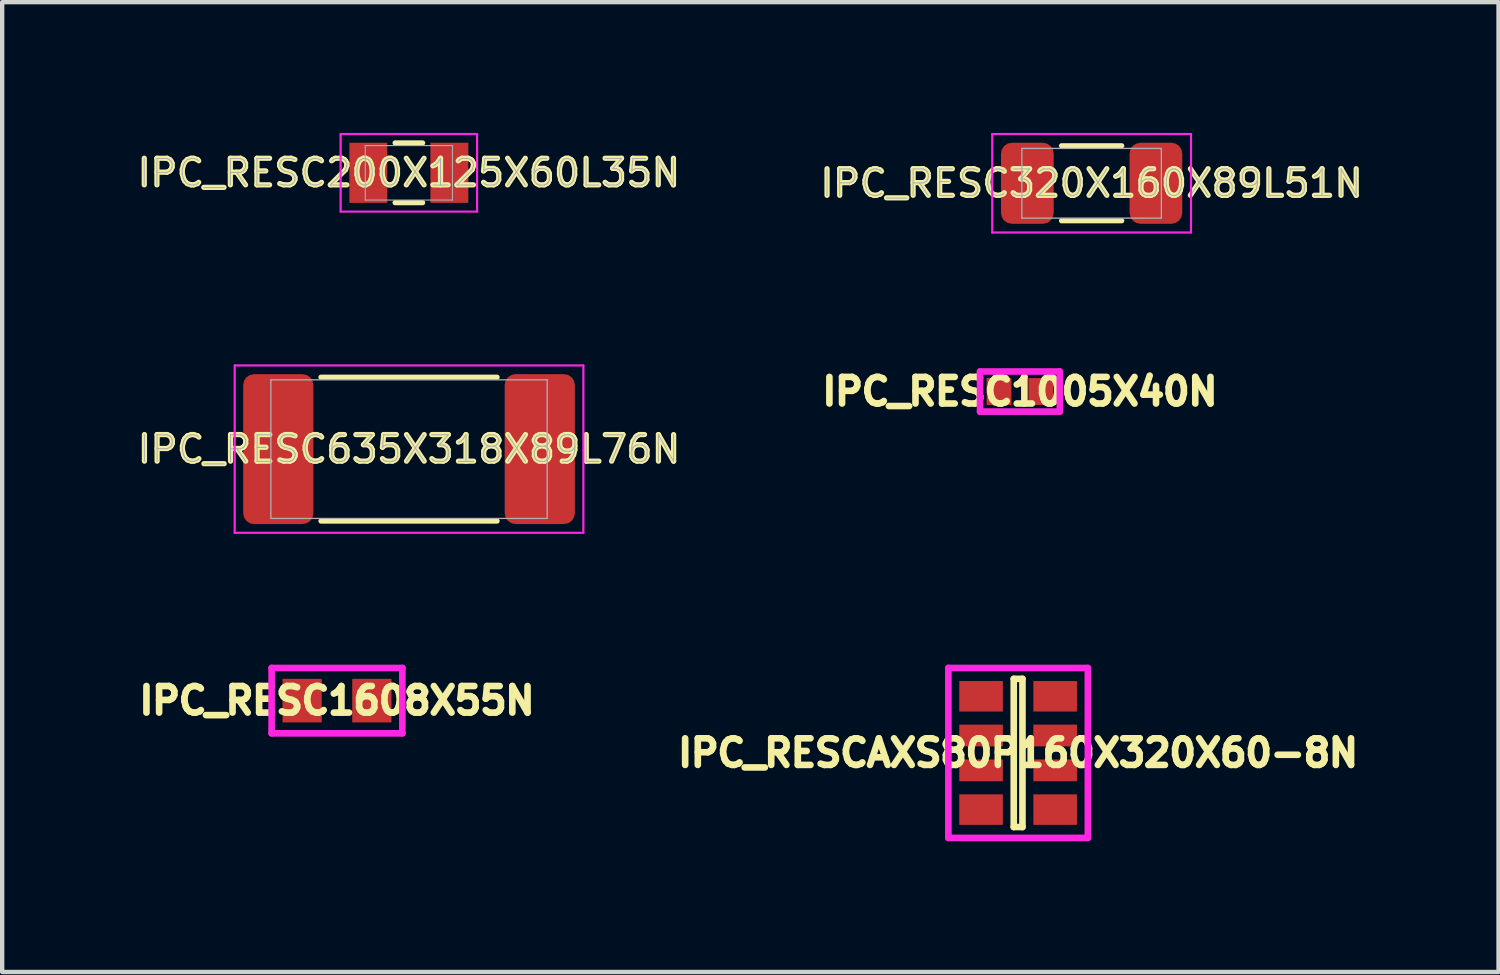
<source format=kicad_pcb>
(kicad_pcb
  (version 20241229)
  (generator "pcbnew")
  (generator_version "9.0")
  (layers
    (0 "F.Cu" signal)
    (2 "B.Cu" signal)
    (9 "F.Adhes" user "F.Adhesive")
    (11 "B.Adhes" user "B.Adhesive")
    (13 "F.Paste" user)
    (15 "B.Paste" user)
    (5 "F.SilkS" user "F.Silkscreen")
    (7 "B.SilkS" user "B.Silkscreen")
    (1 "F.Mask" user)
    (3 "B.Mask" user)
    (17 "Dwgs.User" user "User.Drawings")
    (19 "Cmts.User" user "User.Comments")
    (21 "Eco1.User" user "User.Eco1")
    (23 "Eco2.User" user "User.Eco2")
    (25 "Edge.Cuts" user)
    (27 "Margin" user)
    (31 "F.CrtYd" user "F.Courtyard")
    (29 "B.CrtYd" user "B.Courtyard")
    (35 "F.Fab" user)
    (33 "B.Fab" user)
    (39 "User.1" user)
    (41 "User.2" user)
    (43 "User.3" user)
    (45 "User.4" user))
  (footprint "IPC_RESC1608X55N"
    (layer "F.Cu")
    (at 4.682 13.026)
    (property "Reference" "IPC_RESC1608X55N" (at 0 0 0) (layer "F.SilkS") (effects (font (size 0.61 0.61) (thickness 0.152))))
    (attr through_hole)
    (fp_line (start -1.5 -0.75) (end 1.5 -0.75) (stroke (width 0.152) (type solid)) (layer "F.CrtYd"))
    (fp_line (start -1.5 0.75) (end -1.5 -0.75) (stroke (width 0.152) (type solid)) (layer "F.CrtYd"))
    (fp_line (start 1.5 -0.75) (end 1.5 0.75) (stroke (width 0.152) (type solid)) (layer "F.CrtYd"))
    (fp_line (start 1.5 0.75) (end -1.5 0.75) (stroke (width 0.152) (type solid)) (layer "F.CrtYd"))
    (pad "1" smd rect (at -0.8 0) (size 0.9 1) (layers "F.Cu" "F.Mask" "F.Paste"))
    (pad "2" smd rect (at 0.8 0) (size 0.9 1) (layers "F.Cu" "F.Mask" "F.Paste")))
  (footprint "IPC_RESC1005X40N"
    (layer "F.Cu")
    (at 20.352 5.934)
    (property "Reference" "IPC_RESC1005X40N" (at 0 0 0) (layer "F.SilkS") (effects (font (size 0.61 0.61) (thickness 0.152))))
    (attr through_hole)
    (fp_line (start -0.915 -0.46) (end 0.915 -0.46) (stroke (width 0.152) (type solid)) (layer "F.CrtYd"))
    (fp_line (start -0.915 0.46) (end -0.915 -0.46) (stroke (width 0.152) (type solid)) (layer "F.CrtYd"))
    (fp_line (start 0.915 -0.46) (end 0.915 0.46) (stroke (width 0.152) (type solid)) (layer "F.CrtYd"))
    (fp_line (start 0.915 0.46) (end -0.915 0.46) (stroke (width 0.152) (type solid)) (layer "F.CrtYd"))
    (pad "1" smd rect (at -0.48 0) (size 0.57 0.62) (layers "F.Cu" "F.Mask" "F.Paste"))
    (pad "2" smd rect (at 0.48 0) (size 0.57 0.62) (layers "F.Cu" "F.Mask" "F.Paste")))
  (footprint "IPC_RESC200X125X60L35N"
    (layer "F.Cu")
    (at 6.331 0.915)
    (property "Reference" "IPC_RESC200X125X60L35N" (at 0 0 0) (layer "F.SilkS") (effects (font (size 0.61 0.61) (thickness 0.12))))
    (attr smd)
    (fp_line (start -0.315 0.685) (end 0.315 0.685) (stroke (width 0.12) (type solid)) (layer "F.SilkS"))
    (fp_line (start 0.315 -0.685) (end -0.315 -0.685) (stroke (width 0.12) (type solid)) (layer "F.SilkS"))
    (fp_line (start -1.565 -0.89) (end 1.565 -0.89) (stroke (width 0.05) (type solid)) (layer "F.CrtYd"))
    (fp_line (start -1.565 0.89) (end -1.565 -0.89) (stroke (width 0.05) (type solid)) (layer "F.CrtYd"))
    (fp_line (start 1.565 -0.89) (end 1.565 0.89) (stroke (width 0.05) (type solid)) (layer "F.CrtYd"))
    (fp_line (start 1.565 0.89) (end -1.565 0.89) (stroke (width 0.05) (type solid)) (layer "F.CrtYd"))
    (fp_line (start -1 -0.625) (end 1 -0.625) (stroke (width 0.025) (type solid)) (layer "F.Fab"))
    (fp_line (start -1 0.625) (end -1 -0.625) (stroke (width 0.025) (type solid)) (layer "F.Fab"))
    (fp_line (start 1 -0.625) (end 1 0.625) (stroke (width 0.025) (type solid)) (layer "F.Fab"))
    (fp_line (start 1 0.625) (end -1 0.625) (stroke (width 0.025) (type solid)) (layer "F.Fab"))
    (fp_text user "${REFERENCE}" (at 0 0 0) (layer "F.Fab") (effects (font (size 0.61 0.61) (thickness 0.025))))
    (pad "1" smd rect (at -0.93 0) (size 0.87 1.38) (layers "F.Cu" "F.Mask" "F.Paste"))
    (pad "2" smd rect (at 0.93 0) (size 0.87 1.38) (layers "F.Cu" "F.Mask" "F.Paste")))
  (footprint "IPC_RESC635X318X89L76N"
    (layer "F.Cu")
    (at 6.335 7.255)
    (property "Reference" "IPC_RESC635X318X89L76N" (at 0 0 0) (layer "F.SilkS") (effects (font (size 0.61 0.61) (thickness 0.12))))
    (attr smd)
    (fp_line (start -2.02 1.65) (end 2.02 1.65) (stroke (width 0.12) (type solid)) (layer "F.SilkS"))
    (fp_line (start 2.02 -1.65) (end -2.02 -1.65) (stroke (width 0.12) (type solid)) (layer "F.SilkS"))
    (fp_line (start -4 -1.92) (end 4 -1.92) (stroke (width 0.05) (type solid)) (layer "F.CrtYd"))
    (fp_line (start -4 1.92) (end -4 -1.92) (stroke (width 0.05) (type solid)) (layer "F.CrtYd"))
    (fp_line (start 4 -1.92) (end 4 1.92) (stroke (width 0.05) (type solid)) (layer "F.CrtYd"))
    (fp_line (start 4 1.92) (end -4 1.92) (stroke (width 0.05) (type solid)) (layer "F.CrtYd"))
    (fp_line (start -3.17 -1.59) (end 3.17 -1.59) (stroke (width 0.03) (type solid)) (layer "F.Fab"))
    (fp_line (start -3.17 1.59) (end -3.17 -1.59) (stroke (width 0.03) (type solid)) (layer "F.Fab"))
    (fp_line (start 3.17 -1.59) (end 3.17 1.59) (stroke (width 0.03) (type solid)) (layer "F.Fab"))
    (fp_line (start 3.17 1.59) (end -3.17 1.59) (stroke (width 0.03) (type solid)) (layer "F.Fab"))
    (fp_text user "${REFERENCE}" (at 0 0 0) (layer "F.Fab") (effects (font (size 0.61 0.61) (thickness 0.025))))
    (pad "1" smd roundrect (at -3 0) (size 1.61 3.44) (layers "F.Cu" "F.Mask" "F.Paste") (roundrect_rratio 0.155))
    (pad "2" smd roundrect (at 3 0) (size 1.61 3.44) (layers "F.Cu" "F.Mask" "F.Paste") (roundrect_rratio 0.155)))
  (footprint "IPC_RESC320X160X89L51N"
    (layer "F.Cu")
    (at 21.997 1.155)
    (property "Reference" "IPC_RESC320X160X89L51N" (at 0 0 0) (layer "F.SilkS") (effects (font (size 0.61 0.61) (thickness 0.12))))
    (attr smd)
    (fp_line (start -0.69 0.86) (end 0.69 0.86) (stroke (width 0.12) (type solid)) (layer "F.SilkS"))
    (fp_line (start 0.69 -0.86) (end -0.69 -0.86) (stroke (width 0.12) (type solid)) (layer "F.SilkS"))
    (fp_line (start -2.28 -1.13) (end 2.28 -1.13) (stroke (width 0.05) (type solid)) (layer "F.CrtYd"))
    (fp_line (start -2.28 1.13) (end -2.28 -1.13) (stroke (width 0.05) (type solid)) (layer "F.CrtYd"))
    (fp_line (start 2.28 -1.13) (end 2.28 1.13) (stroke (width 0.05) (type solid)) (layer "F.CrtYd"))
    (fp_line (start 2.28 1.13) (end -2.28 1.13) (stroke (width 0.05) (type solid)) (layer "F.CrtYd"))
    (fp_line (start -1.6 -0.8) (end 1.6 -0.8) (stroke (width 0.03) (type solid)) (layer "F.Fab"))
    (fp_line (start -1.6 0.8) (end -1.6 -0.8) (stroke (width 0.03) (type solid)) (layer "F.Fab"))
    (fp_line (start 1.6 -0.8) (end 1.6 0.8) (stroke (width 0.03) (type solid)) (layer "F.Fab"))
    (fp_line (start 1.6 0.8) (end -1.6 0.8) (stroke (width 0.03) (type solid)) (layer "F.Fab"))
    (fp_text user "${REFERENCE}" (at 0 0 0) (layer "F.Fab") (effects (font (size 0.61 0.61) (thickness 0.025))))
    (pad "1" smd roundrect (at -1.475 0) (size 1.21 1.86) (layers "F.Cu" "F.Mask" "F.Paste") (roundrect_rratio 0.207))
    (pad "2" smd roundrect (at 1.475 0) (size 1.21 1.86) (layers "F.Cu" "F.Mask" "F.Paste") (roundrect_rratio 0.207)))
  (footprint "IPC_RESCAXS80P160X320X60-8N"
    (layer "F.Cu")
    (at 20.31 14.226)
    (property "Reference" "IPC_RESCAXS80P160X320X60-8N" (at 0 0 0) (layer "F.SilkS") (effects (font (size 0.61 0.61) (thickness 0.152))))
    (attr through_hole)
    (fp_line (start -0.1 -1.7) (end 0.1 -1.7) (stroke (width 0.152) (type solid)) (layer "F.SilkS"))
    (fp_line (start -0.1 1.7) (end -0.1 -1.7) (stroke (width 0.152) (type solid)) (layer "F.SilkS"))
    (fp_line (start 0.1 -1.7) (end 0.1 1.7) (stroke (width 0.152) (type solid)) (layer "F.SilkS"))
    (fp_line (start 0.1 1.7) (end -0.1 1.7) (stroke (width 0.152) (type solid)) (layer "F.SilkS"))
    (fp_line (start -1.6 -1.95) (end 1.6 -1.95) (stroke (width 0.152) (type solid)) (layer "F.CrtYd"))
    (fp_line (start -1.6 1.95) (end -1.6 -1.95) (stroke (width 0.152) (type solid)) (layer "F.CrtYd"))
    (fp_line (start 1.6 -1.95) (end 1.6 1.95) (stroke (width 0.152) (type solid)) (layer "F.CrtYd"))
    (fp_line (start 1.6 1.95) (end -1.6 1.95) (stroke (width 0.152) (type solid)) (layer "F.CrtYd"))
    (pad "1" smd rect (at -0.85 -1.3) (size 1 0.7) (layers "F.Cu" "F.Mask" "F.Paste"))
    (pad "2" smd rect (at -0.85 -0.4) (size 1 0.5) (layers "F.Cu" "F.Mask" "F.Paste"))
    (pad "3" smd rect (at -0.85 0.4) (size 1 0.5) (layers "F.Cu" "F.Mask" "F.Paste"))
    (pad "4" smd rect (at -0.85 1.3) (size 1 0.7) (layers "F.Cu" "F.Mask" "F.Paste"))
    (pad "5" smd rect (at 0.85 1.3) (size 1 0.7) (layers "F.Cu" "F.Mask" "F.Paste"))
    (pad "6" smd rect (at 0.85 0.4) (size 1 0.5) (layers "F.Cu" "F.Mask" "F.Paste"))
    (pad "7" smd rect (at 0.85 -0.4) (size 1 0.5) (layers "F.Cu" "F.Mask" "F.Paste"))
    (pad "8" smd rect (at 0.85 -1.3) (size 1 0.7) (layers "F.Cu" "F.Mask" "F.Paste")))
  (gr_rect
    (start -3 -3)
    (end 31.333 19.252)
    (stroke (width 0.1) (type default))
    (fill no)
    (layer "Edge.Cuts")))
</source>
